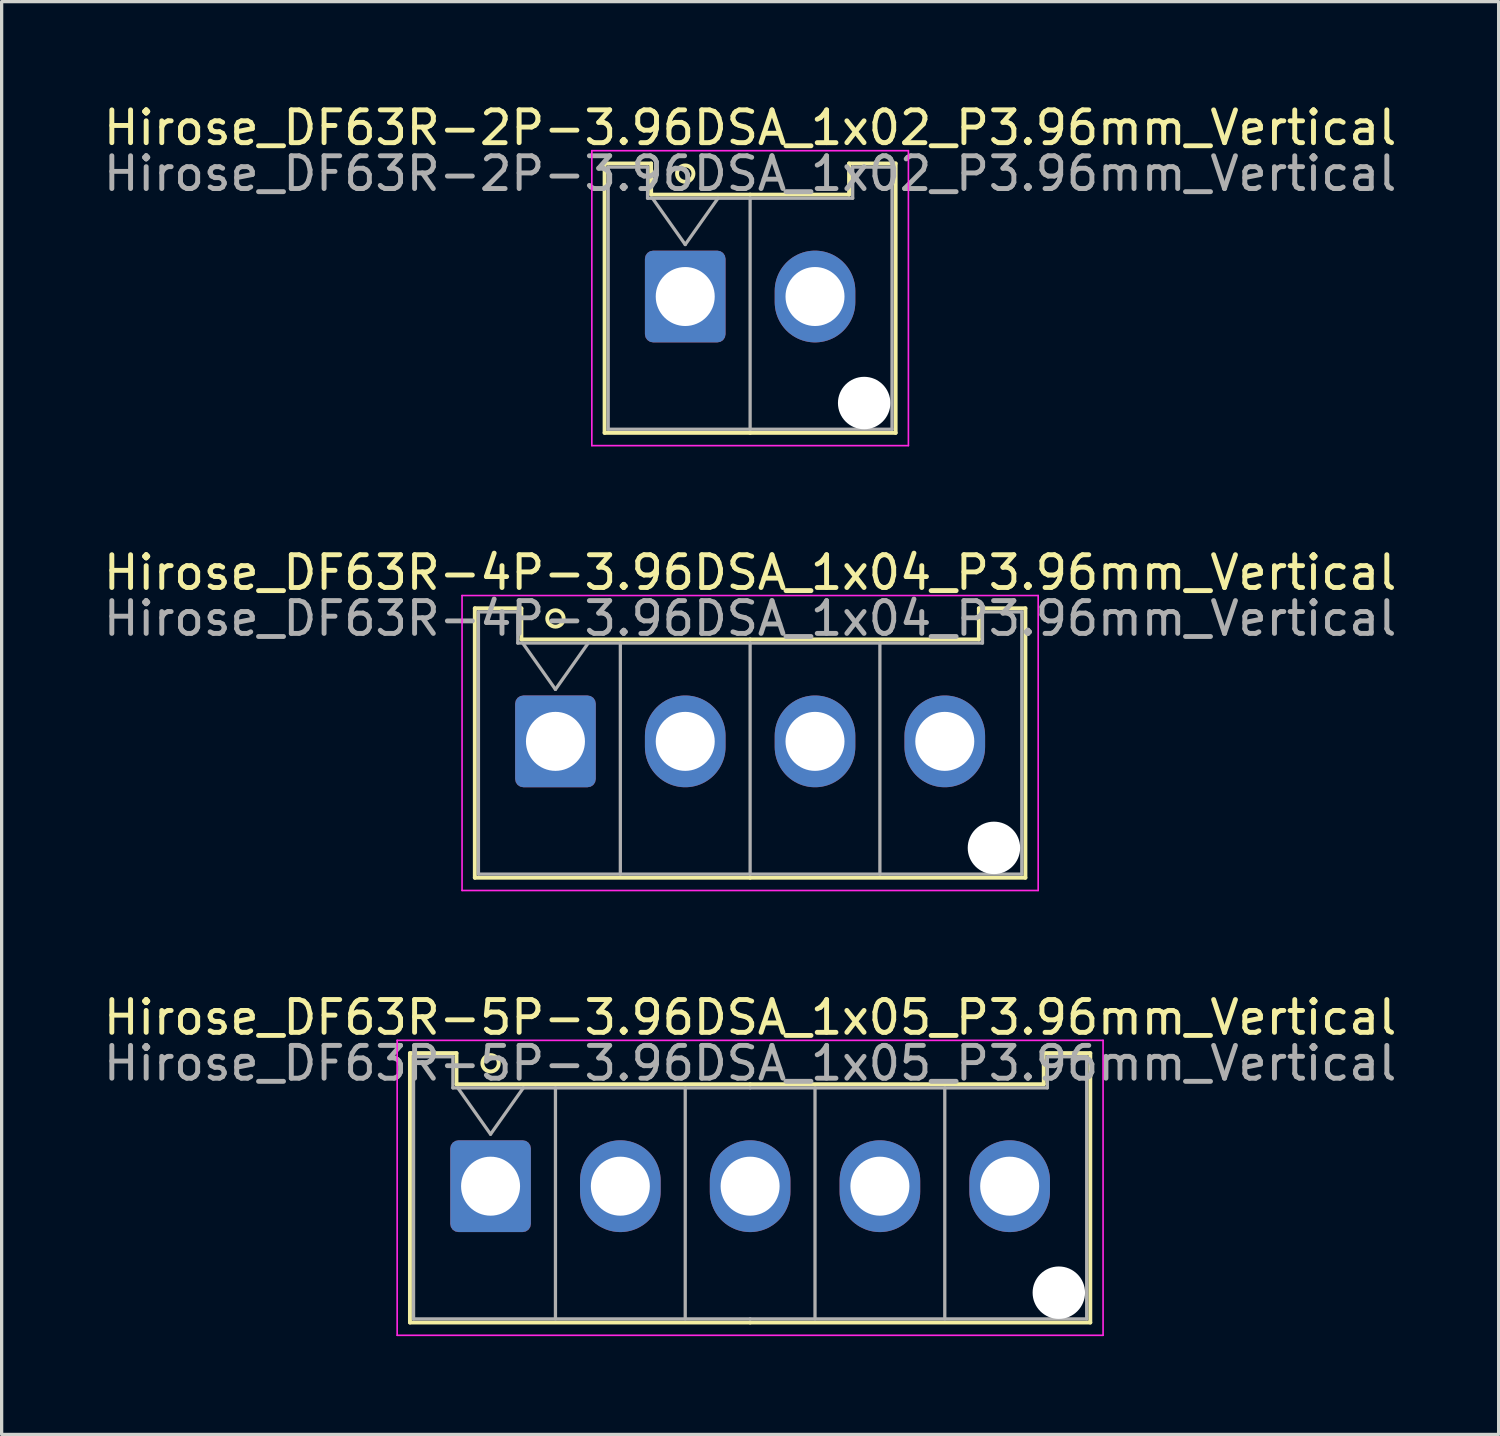
<source format=kicad_pcb>
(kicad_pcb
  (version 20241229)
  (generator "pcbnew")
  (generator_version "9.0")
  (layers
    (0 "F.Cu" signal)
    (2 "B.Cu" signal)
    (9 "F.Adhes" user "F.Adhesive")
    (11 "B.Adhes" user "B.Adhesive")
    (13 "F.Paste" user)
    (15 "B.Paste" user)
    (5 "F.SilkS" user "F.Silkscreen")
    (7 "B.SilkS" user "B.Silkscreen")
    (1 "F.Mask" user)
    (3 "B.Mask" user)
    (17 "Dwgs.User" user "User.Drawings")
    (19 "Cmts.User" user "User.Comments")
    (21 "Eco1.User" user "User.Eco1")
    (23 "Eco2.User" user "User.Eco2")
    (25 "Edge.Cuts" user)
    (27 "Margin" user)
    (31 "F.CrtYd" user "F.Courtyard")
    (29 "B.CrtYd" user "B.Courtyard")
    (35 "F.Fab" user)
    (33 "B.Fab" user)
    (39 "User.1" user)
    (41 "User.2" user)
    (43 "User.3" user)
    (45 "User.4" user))
  (footprint "Hirose_DF63R-5P-3.96DSA_1x05_P3.96mm_Vertical"
    (layer "F.Cu")
    (at 11.919 33.145)
    (property "Reference" "Hirose_DF63R-5P-3.96DSA_1x05_P3.96mm_Vertical" (at 7.92 -5.15 0) (layer "F.SilkS") (effects (font (size 1 1) (thickness 0.15))))
    (attr through_hole)
    (fp_line (start -2.46 -4.06) (end -1.04 -4.06) (stroke (width 0.12) (type solid)) (layer "F.SilkS"))
    (fp_line (start -2.46 4.16) (end -2.46 -4.06) (stroke (width 0.12) (type solid)) (layer "F.SilkS"))
    (fp_line (start -1.04 -4.06) (end -1.04 -3.11) (stroke (width 0.12) (type solid)) (layer "F.SilkS"))
    (fp_line (start -1.04 -3.11) (end 7.92 -3.11) (stroke (width 0.12) (type solid)) (layer "F.SilkS"))
    (fp_line (start 7.92 4.16) (end -2.46 4.16) (stroke (width 0.12) (type solid)) (layer "F.SilkS"))
    (fp_line (start 7.92 4.16) (end 18.3 4.16) (stroke (width 0.12) (type solid)) (layer "F.SilkS"))
    (fp_line (start 16.88 -4.06) (end 16.88 -3.11) (stroke (width 0.12) (type solid)) (layer "F.SilkS"))
    (fp_line (start 16.88 -3.11) (end 7.92 -3.11) (stroke (width 0.12) (type solid)) (layer "F.SilkS"))
    (fp_line (start 18.3 -4.06) (end 16.88 -4.06) (stroke (width 0.12) (type solid)) (layer "F.SilkS"))
    (fp_line (start 18.3 4.16) (end 18.3 -4.06) (stroke (width 0.12) (type solid)) (layer "F.SilkS"))
    (fp_circle (center 0 -3.75) (end 0.25 -3.75) (stroke (width 0.12) (type solid)) (fill no) (layer "F.SilkS"))
    (fp_line (start -2.85 -4.45) (end -2.85 4.55) (stroke (width 0.05) (type solid)) (layer "F.CrtYd"))
    (fp_line (start -2.85 4.55) (end 18.69 4.55) (stroke (width 0.05) (type solid)) (layer "F.CrtYd"))
    (fp_line (start 18.69 -4.45) (end -2.85 -4.45) (stroke (width 0.05) (type solid)) (layer "F.CrtYd"))
    (fp_line (start 18.69 4.55) (end 18.69 -4.45) (stroke (width 0.05) (type solid)) (layer "F.CrtYd"))
    (fp_line (start -2.35 -3.95) (end -1.15 -3.95) (stroke (width 0.1) (type solid)) (layer "F.Fab"))
    (fp_line (start -2.35 4.05) (end -2.35 -3.95) (stroke (width 0.1) (type solid)) (layer "F.Fab"))
    (fp_line (start -1.15 -3.95) (end -1.15 -3) (stroke (width 0.1) (type solid)) (layer "F.Fab"))
    (fp_line (start -1.15 -3) (end 7.92 -3) (stroke (width 0.1) (type solid)) (layer "F.Fab"))
    (fp_line (start -1 -3) (end 0 -1.586) (stroke (width 0.1) (type solid)) (layer "F.Fab"))
    (fp_line (start 0 -1.586) (end 1 -3) (stroke (width 0.1) (type solid)) (layer "F.Fab"))
    (fp_line (start 1.98 -3) (end 1.98 4.05) (stroke (width 0.1) (type solid)) (layer "F.Fab"))
    (fp_line (start 5.94 -3) (end 5.94 4.05) (stroke (width 0.1) (type solid)) (layer "F.Fab"))
    (fp_line (start 7.92 4.05) (end -2.35 4.05) (stroke (width 0.1) (type solid)) (layer "F.Fab"))
    (fp_line (start 7.92 4.05) (end 18.19 4.05) (stroke (width 0.1) (type solid)) (layer "F.Fab"))
    (fp_line (start 9.9 -3) (end 9.9 4.05) (stroke (width 0.1) (type solid)) (layer "F.Fab"))
    (fp_line (start 13.86 -3) (end 13.86 4.05) (stroke (width 0.1) (type solid)) (layer "F.Fab"))
    (fp_line (start 16.99 -3.95) (end 16.99 -3) (stroke (width 0.1) (type solid)) (layer "F.Fab"))
    (fp_line (start 16.99 -3) (end 7.92 -3) (stroke (width 0.1) (type solid)) (layer "F.Fab"))
    (fp_line (start 18.19 -3.95) (end 16.99 -3.95) (stroke (width 0.1) (type solid)) (layer "F.Fab"))
    (fp_line (start 18.19 4.05) (end 18.19 -3.95) (stroke (width 0.1) (type solid)) (layer "F.Fab"))
    (fp_text user "${REFERENCE}" (at 7.92 -3.75 0) (layer "F.Fab") (effects (font (size 1 1) (thickness 0.15))))
    (pad "" np_thru_hole circle (at 17.34 3.25) (size 1.6 1.6) (drill 1.6) (layers "*.Cu" "*.Mask"))
    (pad "1" thru_hole roundrect (at 0 0) (size 2.46 2.8) (drill 1.8) (layers "*.Cu" "*.Mask") (roundrect_rratio 0.102))
    (pad "2" thru_hole oval (at 3.96 0) (size 2.46 2.8) (drill 1.8) (layers "*.Cu" "*.Mask"))
    (pad "3" thru_hole oval (at 7.92 0) (size 2.46 2.8) (drill 1.8) (layers "*.Cu" "*.Mask"))
    (pad "4" thru_hole oval (at 11.88 0) (size 2.46 2.8) (drill 1.8) (layers "*.Cu" "*.Mask"))
    (pad "5" thru_hole oval (at 15.84 0) (size 2.46 2.8) (drill 1.8) (layers "*.Cu" "*.Mask")))
  (footprint "Hirose_DF63R-2P-3.96DSA_1x02_P3.96mm_Vertical"
    (layer "F.Cu")
    (at 17.859 5.998)
    (property "Reference" "Hirose_DF63R-2P-3.96DSA_1x02_P3.96mm_Vertical" (at 1.98 -5.15 0) (layer "F.SilkS") (effects (font (size 1 1) (thickness 0.15))))
    (attr through_hole)
    (fp_line (start -2.46 -4.06) (end -1.04 -4.06) (stroke (width 0.12) (type solid)) (layer "F.SilkS"))
    (fp_line (start -2.46 4.16) (end -2.46 -4.06) (stroke (width 0.12) (type solid)) (layer "F.SilkS"))
    (fp_line (start -1.04 -4.06) (end -1.04 -3.11) (stroke (width 0.12) (type solid)) (layer "F.SilkS"))
    (fp_line (start -1.04 -3.11) (end 1.98 -3.11) (stroke (width 0.12) (type solid)) (layer "F.SilkS"))
    (fp_line (start 1.98 4.16) (end -2.46 4.16) (stroke (width 0.12) (type solid)) (layer "F.SilkS"))
    (fp_line (start 1.98 4.16) (end 6.42 4.16) (stroke (width 0.12) (type solid)) (layer "F.SilkS"))
    (fp_line (start 5 -4.06) (end 5 -3.11) (stroke (width 0.12) (type solid)) (layer "F.SilkS"))
    (fp_line (start 5 -3.11) (end 1.98 -3.11) (stroke (width 0.12) (type solid)) (layer "F.SilkS"))
    (fp_line (start 6.42 -4.06) (end 5 -4.06) (stroke (width 0.12) (type solid)) (layer "F.SilkS"))
    (fp_line (start 6.42 4.16) (end 6.42 -4.06) (stroke (width 0.12) (type solid)) (layer "F.SilkS"))
    (fp_circle (center 0 -3.75) (end 0.25 -3.75) (stroke (width 0.12) (type solid)) (fill no) (layer "F.SilkS"))
    (fp_line (start -2.85 -4.45) (end -2.85 4.55) (stroke (width 0.05) (type solid)) (layer "F.CrtYd"))
    (fp_line (start -2.85 4.55) (end 6.81 4.55) (stroke (width 0.05) (type solid)) (layer "F.CrtYd"))
    (fp_line (start 6.81 -4.45) (end -2.85 -4.45) (stroke (width 0.05) (type solid)) (layer "F.CrtYd"))
    (fp_line (start 6.81 4.55) (end 6.81 -4.45) (stroke (width 0.05) (type solid)) (layer "F.CrtYd"))
    (fp_line (start -2.35 -3.95) (end -1.15 -3.95) (stroke (width 0.1) (type solid)) (layer "F.Fab"))
    (fp_line (start -2.35 4.05) (end -2.35 -3.95) (stroke (width 0.1) (type solid)) (layer "F.Fab"))
    (fp_line (start -1.15 -3.95) (end -1.15 -3) (stroke (width 0.1) (type solid)) (layer "F.Fab"))
    (fp_line (start -1.15 -3) (end 1.98 -3) (stroke (width 0.1) (type solid)) (layer "F.Fab"))
    (fp_line (start -1 -3) (end 0 -1.586) (stroke (width 0.1) (type solid)) (layer "F.Fab"))
    (fp_line (start 0 -1.586) (end 1 -3) (stroke (width 0.1) (type solid)) (layer "F.Fab"))
    (fp_line (start 1.98 -3) (end 1.98 4.05) (stroke (width 0.1) (type solid)) (layer "F.Fab"))
    (fp_line (start 1.98 4.05) (end -2.35 4.05) (stroke (width 0.1) (type solid)) (layer "F.Fab"))
    (fp_line (start 1.98 4.05) (end 6.31 4.05) (stroke (width 0.1) (type solid)) (layer "F.Fab"))
    (fp_line (start 5.11 -3.95) (end 5.11 -3) (stroke (width 0.1) (type solid)) (layer "F.Fab"))
    (fp_line (start 5.11 -3) (end 1.98 -3) (stroke (width 0.1) (type solid)) (layer "F.Fab"))
    (fp_line (start 6.31 -3.95) (end 5.11 -3.95) (stroke (width 0.1) (type solid)) (layer "F.Fab"))
    (fp_line (start 6.31 4.05) (end 6.31 -3.95) (stroke (width 0.1) (type solid)) (layer "F.Fab"))
    (fp_text user "${REFERENCE}" (at 1.98 -3.75 0) (layer "F.Fab") (effects (font (size 1 1) (thickness 0.15))))
    (pad "" np_thru_hole circle (at 5.46 3.25) (size 1.6 1.6) (drill 1.6) (layers "*.Cu" "*.Mask"))
    (pad "1" thru_hole roundrect (at 0 0) (size 2.46 2.8) (drill 1.8) (layers "*.Cu" "*.Mask") (roundrect_rratio 0.102))
    (pad "2" thru_hole oval (at 3.96 0) (size 2.46 2.8) (drill 1.8) (layers "*.Cu" "*.Mask")))
  (footprint "Hirose_DF63R-4P-3.96DSA_1x04_P3.96mm_Vertical"
    (layer "F.Cu")
    (at 13.899 19.572)
    (property "Reference" "Hirose_DF63R-4P-3.96DSA_1x04_P3.96mm_Vertical" (at 5.94 -5.15 0) (layer "F.SilkS") (effects (font (size 1 1) (thickness 0.15))))
    (attr through_hole)
    (fp_line (start -2.46 -4.06) (end -1.04 -4.06) (stroke (width 0.12) (type solid)) (layer "F.SilkS"))
    (fp_line (start -2.46 4.16) (end -2.46 -4.06) (stroke (width 0.12) (type solid)) (layer "F.SilkS"))
    (fp_line (start -1.04 -4.06) (end -1.04 -3.11) (stroke (width 0.12) (type solid)) (layer "F.SilkS"))
    (fp_line (start -1.04 -3.11) (end 5.94 -3.11) (stroke (width 0.12) (type solid)) (layer "F.SilkS"))
    (fp_line (start 5.94 4.16) (end -2.46 4.16) (stroke (width 0.12) (type solid)) (layer "F.SilkS"))
    (fp_line (start 5.94 4.16) (end 14.34 4.16) (stroke (width 0.12) (type solid)) (layer "F.SilkS"))
    (fp_line (start 12.92 -4.06) (end 12.92 -3.11) (stroke (width 0.12) (type solid)) (layer "F.SilkS"))
    (fp_line (start 12.92 -3.11) (end 5.94 -3.11) (stroke (width 0.12) (type solid)) (layer "F.SilkS"))
    (fp_line (start 14.34 -4.06) (end 12.92 -4.06) (stroke (width 0.12) (type solid)) (layer "F.SilkS"))
    (fp_line (start 14.34 4.16) (end 14.34 -4.06) (stroke (width 0.12) (type solid)) (layer "F.SilkS"))
    (fp_circle (center 0 -3.75) (end 0.25 -3.75) (stroke (width 0.12) (type solid)) (fill no) (layer "F.SilkS"))
    (fp_line (start -2.85 -4.45) (end -2.85 4.55) (stroke (width 0.05) (type solid)) (layer "F.CrtYd"))
    (fp_line (start -2.85 4.55) (end 14.73 4.55) (stroke (width 0.05) (type solid)) (layer "F.CrtYd"))
    (fp_line (start 14.73 -4.45) (end -2.85 -4.45) (stroke (width 0.05) (type solid)) (layer "F.CrtYd"))
    (fp_line (start 14.73 4.55) (end 14.73 -4.45) (stroke (width 0.05) (type solid)) (layer "F.CrtYd"))
    (fp_line (start -2.35 -3.95) (end -1.15 -3.95) (stroke (width 0.1) (type solid)) (layer "F.Fab"))
    (fp_line (start -2.35 4.05) (end -2.35 -3.95) (stroke (width 0.1) (type solid)) (layer "F.Fab"))
    (fp_line (start -1.15 -3.95) (end -1.15 -3) (stroke (width 0.1) (type solid)) (layer "F.Fab"))
    (fp_line (start -1.15 -3) (end 5.94 -3) (stroke (width 0.1) (type solid)) (layer "F.Fab"))
    (fp_line (start -1 -3) (end 0 -1.586) (stroke (width 0.1) (type solid)) (layer "F.Fab"))
    (fp_line (start 0 -1.586) (end 1 -3) (stroke (width 0.1) (type solid)) (layer "F.Fab"))
    (fp_line (start 1.98 -3) (end 1.98 4.05) (stroke (width 0.1) (type solid)) (layer "F.Fab"))
    (fp_line (start 5.94 -3) (end 5.94 4.05) (stroke (width 0.1) (type solid)) (layer "F.Fab"))
    (fp_line (start 5.94 4.05) (end -2.35 4.05) (stroke (width 0.1) (type solid)) (layer "F.Fab"))
    (fp_line (start 5.94 4.05) (end 14.23 4.05) (stroke (width 0.1) (type solid)) (layer "F.Fab"))
    (fp_line (start 9.9 -3) (end 9.9 4.05) (stroke (width 0.1) (type solid)) (layer "F.Fab"))
    (fp_line (start 13.03 -3.95) (end 13.03 -3) (stroke (width 0.1) (type solid)) (layer "F.Fab"))
    (fp_line (start 13.03 -3) (end 5.94 -3) (stroke (width 0.1) (type solid)) (layer "F.Fab"))
    (fp_line (start 14.23 -3.95) (end 13.03 -3.95) (stroke (width 0.1) (type solid)) (layer "F.Fab"))
    (fp_line (start 14.23 4.05) (end 14.23 -3.95) (stroke (width 0.1) (type solid)) (layer "F.Fab"))
    (fp_text user "${REFERENCE}" (at 5.94 -3.75 0) (layer "F.Fab") (effects (font (size 1 1) (thickness 0.15))))
    (pad "" np_thru_hole circle (at 13.38 3.25) (size 1.6 1.6) (drill 1.6) (layers "*.Cu" "*.Mask"))
    (pad "1" thru_hole roundrect (at 0 0) (size 2.46 2.8) (drill 1.8) (layers "*.Cu" "*.Mask") (roundrect_rratio 0.102))
    (pad "2" thru_hole oval (at 3.96 0) (size 2.46 2.8) (drill 1.8) (layers "*.Cu" "*.Mask"))
    (pad "3" thru_hole oval (at 7.92 0) (size 2.46 2.8) (drill 1.8) (layers "*.Cu" "*.Mask"))
    (pad "4" thru_hole oval (at 11.88 0) (size 2.46 2.8) (drill 1.8) (layers "*.Cu" "*.Mask")))
  (gr_rect
    (start -3 -3)
    (end 42.679 40.72)
    (stroke (width 0.1) (type default))
    (fill no)
    (layer "Edge.Cuts")))
</source>
